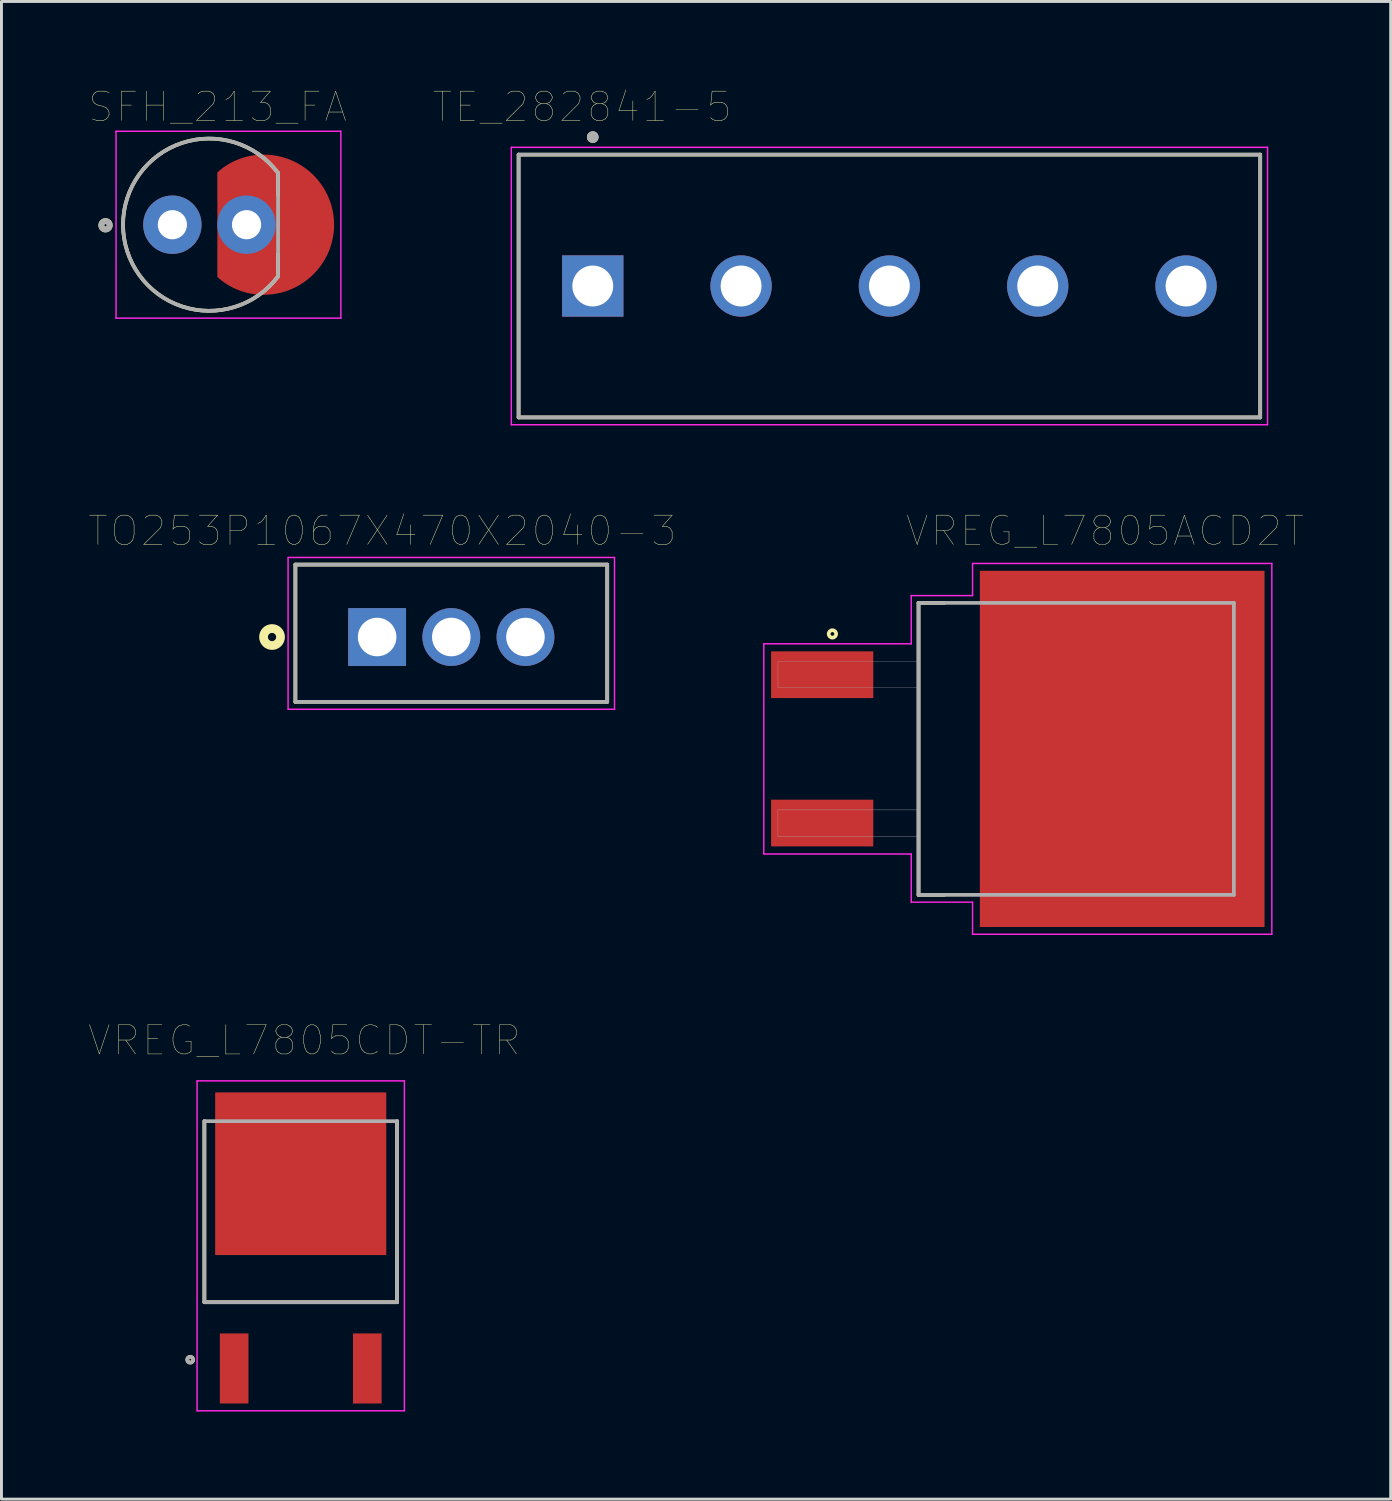
<source format=kicad_pcb>
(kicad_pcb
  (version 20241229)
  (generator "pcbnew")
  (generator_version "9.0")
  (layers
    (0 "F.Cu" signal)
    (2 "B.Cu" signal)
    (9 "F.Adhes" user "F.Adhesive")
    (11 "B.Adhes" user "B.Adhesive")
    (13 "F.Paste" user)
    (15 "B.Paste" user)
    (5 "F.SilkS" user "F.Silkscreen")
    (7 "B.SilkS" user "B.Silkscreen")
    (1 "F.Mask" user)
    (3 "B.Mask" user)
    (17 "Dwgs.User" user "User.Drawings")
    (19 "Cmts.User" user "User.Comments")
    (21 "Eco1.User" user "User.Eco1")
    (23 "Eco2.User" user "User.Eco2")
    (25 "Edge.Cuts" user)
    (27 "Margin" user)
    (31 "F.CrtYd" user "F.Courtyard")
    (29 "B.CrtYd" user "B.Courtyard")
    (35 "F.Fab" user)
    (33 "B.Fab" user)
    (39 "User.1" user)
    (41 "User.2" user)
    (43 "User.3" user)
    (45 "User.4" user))
  (footprint "VREG_L7805CDT-TR"
    (layer "F.Cu")
    (at 7.25 39.62)
    (property "Reference" "VREG_L7805CDT-TR" (at 0.125 -7.035 0) (layer "F.SilkS") (effects (font (size 1 1) (thickness 0.015))))
    (attr through_hole)
    (fp_line (start -3.3 -4.27) (end -3.3 1.93) (stroke (width 0.127) (type solid)) (layer "F.SilkS"))
    (fp_line (start -3.3 1.93) (end 3.3 1.93) (stroke (width 0.127) (type solid)) (layer "F.SilkS"))
    (fp_line (start 3.3 1.93) (end 3.3 -4.27) (stroke (width 0.127) (type solid)) (layer "F.SilkS"))
    (fp_circle (center -3.786 3.9) (end -3.686 3.9) (stroke (width 0.127) (type solid)) (fill no) (layer "F.SilkS"))
    (fp_line (start -3.55 -5.65) (end -3.55 5.65) (stroke (width 0.05) (type solid)) (layer "F.CrtYd"))
    (fp_line (start -3.55 5.65) (end 3.55 5.65) (stroke (width 0.05) (type solid)) (layer "F.CrtYd"))
    (fp_line (start 3.55 -5.65) (end -3.55 -5.65) (stroke (width 0.05) (type solid)) (layer "F.CrtYd"))
    (fp_line (start 3.55 5.65) (end 3.55 -5.65) (stroke (width 0.05) (type solid)) (layer "F.CrtYd"))
    (fp_line (start -3.3 -4.27) (end 3.3 -4.27) (stroke (width 0.127) (type solid)) (layer "F.Fab"))
    (fp_line (start -3.3 1.93) (end -3.3 -4.27) (stroke (width 0.127) (type solid)) (layer "F.Fab"))
    (fp_line (start 3.3 -4.27) (end 3.3 1.93) (stroke (width 0.127) (type solid)) (layer "F.Fab"))
    (fp_line (start 3.3 1.93) (end -3.3 1.93) (stroke (width 0.127) (type solid)) (layer "F.Fab"))
    (fp_circle (center -3.786 3.9) (end -3.686 3.9) (stroke (width 0.127) (type solid)) (fill no) (layer "F.Fab"))
    (pad "1" smd rect (at -2.28 4.2) (size 0.98 2.4) (layers "F.Cu" "F.Mask" "F.Paste"))
    (pad "2" smd rect (at 2.28 4.2) (size 0.98 2.4) (layers "F.Cu" "F.Mask" "F.Paste"))
    (pad "3" smd rect (at 0 -2.47) (size 5.86 5.57) (layers "F.Cu" "F.Mask")))
  (footprint "VREG_L7805ACD2T"
    (layer "F.Cu")
    (at 31.81 22.599)
    (property "Reference" "VREG_L7805ACD2T" (at 2.987 -7.466 0) (layer "F.SilkS") (effects (font (size 1.001 1.001) (thickness 0.015))))
    (attr through_hole)
    (fp_line (start -3.4 -5) (end -2.515 -5) (stroke (width 0.127) (type solid)) (layer "F.SilkS"))
    (fp_line (start -3.4 5) (end -3.4 -5) (stroke (width 0.127) (type solid)) (layer "F.SilkS"))
    (fp_line (start -2.515 5) (end -3.4 5) (stroke (width 0.127) (type solid)) (layer "F.SilkS"))
    (fp_circle (center -6.35 -3.937) (end -6.223 -3.937) (stroke (width 0.127) (type solid)) (fill no) (layer "F.SilkS"))
    (fp_poly (pts (xy -0.07 -1.765) (xy 1.31 -1.765) (xy 1.31 -0.296) (xy -0.07 -0.296)) (stroke (width 0.01) (type solid)) (fill yes) (layer "F.Paste"))
    (fp_poly (pts (xy -0.07 2.36) (xy 1.31 2.36) (xy 1.31 3.834) (xy -0.07 3.834)) (stroke (width 0.01) (type solid)) (fill yes) (layer "F.Paste"))
    (fp_poly (pts (xy -0.07 0.295) (xy 1.31 0.295) (xy 1.31 1.767) (xy -0.07 1.767)) (stroke (width 0.01) (type solid)) (fill yes) (layer "F.Paste"))
    (fp_poly (pts (xy -0.07 -3.83) (xy 1.31 -3.83) (xy 1.31 -2.362) (xy -0.07 -2.362)) (stroke (width 0.01) (type solid)) (fill yes) (layer "F.Paste"))
    (fp_poly (pts (xy 1.901 -3.83) (xy 3.28 -3.83) (xy 3.28 -2.362) (xy 1.901 -2.362)) (stroke (width 0.01) (type solid)) (fill yes) (layer "F.Paste"))
    (fp_poly (pts (xy 1.902 0.295) (xy 3.28 0.295) (xy 3.28 1.766) (xy 1.902 1.766)) (stroke (width 0.01) (type solid)) (fill yes) (layer "F.Paste"))
    (fp_poly (pts (xy 1.902 -1.765) (xy 3.28 -1.765) (xy 3.28 -0.295) (xy 1.902 -0.295)) (stroke (width 0.01) (type solid)) (fill yes) (layer "F.Paste"))
    (fp_poly (pts (xy 1.902 2.36) (xy 3.28 2.36) (xy 3.28 3.835) (xy 1.902 3.835)) (stroke (width 0.01) (type solid)) (fill yes) (layer "F.Paste"))
    (fp_poly (pts (xy 3.874 -3.83) (xy 5.25 -3.83) (xy 5.25 -2.362) (xy 3.874 -2.362)) (stroke (width 0.01) (type solid)) (fill yes) (layer "F.Paste"))
    (fp_poly (pts (xy 3.875 0.295) (xy 5.25 0.295) (xy 5.25 1.767) (xy 3.875 1.767)) (stroke (width 0.01) (type solid)) (fill yes) (layer "F.Paste"))
    (fp_poly (pts (xy 3.876 -1.765) (xy 5.25 -1.765) (xy 5.25 -0.295) (xy 3.876 -0.295)) (stroke (width 0.01) (type solid)) (fill yes) (layer "F.Paste"))
    (fp_poly (pts (xy 3.876 2.36) (xy 5.25 2.36) (xy 5.25 3.836) (xy 3.876 3.836)) (stroke (width 0.01) (type solid)) (fill yes) (layer "F.Paste"))
    (fp_poly (pts (xy 5.844 0.295) (xy 7.22 0.295) (xy 7.22 1.766) (xy 5.844 1.766)) (stroke (width 0.01) (type solid)) (fill yes) (layer "F.Paste"))
    (fp_poly (pts (xy 5.844 -3.83) (xy 7.22 -3.83) (xy 7.22 -2.362) (xy 5.844 -2.362)) (stroke (width 0.01) (type solid)) (fill yes) (layer "F.Paste"))
    (fp_poly (pts (xy 5.85 -1.765) (xy 7.22 -1.765) (xy 7.22 -0.295) (xy 5.85 -0.295)) (stroke (width 0.01) (type solid)) (fill yes) (layer "F.Paste"))
    (fp_poly (pts (xy 5.85 2.36) (xy 7.22 2.36) (xy 7.22 3.837) (xy 5.85 3.837)) (stroke (width 0.01) (type solid)) (fill yes) (layer "F.Paste"))
    (fp_line (start -8.7 -3.6) (end -3.65 -3.6) (stroke (width 0.05) (type solid)) (layer "F.CrtYd"))
    (fp_line (start -8.7 3.6) (end -8.7 -3.6) (stroke (width 0.05) (type solid)) (layer "F.CrtYd"))
    (fp_line (start -3.65 -5.25) (end -1.55 -5.25) (stroke (width 0.05) (type solid)) (layer "F.CrtYd"))
    (fp_line (start -3.65 -3.6) (end -3.65 -5.25) (stroke (width 0.05) (type solid)) (layer "F.CrtYd"))
    (fp_line (start -3.65 3.6) (end -8.7 3.6) (stroke (width 0.05) (type solid)) (layer "F.CrtYd"))
    (fp_line (start -3.65 5.25) (end -3.65 3.6) (stroke (width 0.05) (type solid)) (layer "F.CrtYd"))
    (fp_line (start -1.55 -6.35) (end 8.7 -6.35) (stroke (width 0.05) (type solid)) (layer "F.CrtYd"))
    (fp_line (start -1.55 -5.25) (end -1.55 -6.35) (stroke (width 0.05) (type solid)) (layer "F.CrtYd"))
    (fp_line (start -1.55 5.25) (end -3.65 5.25) (stroke (width 0.05) (type solid)) (layer "F.CrtYd"))
    (fp_line (start -1.55 6.35) (end -1.55 5.25) (stroke (width 0.05) (type solid)) (layer "F.CrtYd"))
    (fp_line (start 8.7 -6.35) (end 8.7 6.35) (stroke (width 0.05) (type solid)) (layer "F.CrtYd"))
    (fp_line (start 8.7 6.35) (end -1.55 6.35) (stroke (width 0.05) (type solid)) (layer "F.CrtYd"))
    (fp_line (start -3.4 -5) (end 7.4 -5) (stroke (width 0.127) (type solid)) (layer "F.Fab"))
    (fp_line (start -3.4 5) (end -3.4 -5) (stroke (width 0.127) (type solid)) (layer "F.Fab"))
    (fp_line (start 7.4 -5) (end 7.4 5) (stroke (width 0.127) (type solid)) (layer "F.Fab"))
    (fp_line (start 7.4 5) (end -3.4 5) (stroke (width 0.127) (type solid)) (layer "F.Fab"))
    (fp_poly (pts (xy -8.216 2.09) (xy -3.4 2.09) (xy -3.4 2.996) (xy -8.216 2.996)) (stroke (width 0.01) (type solid)) (fill no) (layer "F.Fab"))
    (fp_poly (pts (xy -8.215 -2.99) (xy -3.4 -2.99) (xy -3.4 -2.094) (xy -8.215 -2.094)) (stroke (width 0.01) (type solid)) (fill no) (layer "F.Fab"))
    (pad "1" smd rect (at -6.7 -2.54) (size 3.5 1.6) (layers "F.Cu" "F.Mask" "F.Paste"))
    (pad "3" smd rect (at -6.7 2.54) (size 3.5 1.6) (layers "F.Cu" "F.Mask" "F.Paste"))
    (pad "4" smd rect (at 3.575 0) (size 9.75 12.2) (layers "F.Cu" "F.Mask")))
  (footprint "SFH_213_FA"
    (layer "F.Cu")
    (at 4.124 4.646)
    (property "Reference" "SFH_213_FA" (at 0.275 -4.035 0) (layer "F.SilkS") (effects (font (size 1 1) (thickness 0.015))))
    (attr through_hole)
    (fp_poly (pts (xy 0.27 -0.06) (xy 0.27 -1.79) (xy 0.325 -1.839) (xy 0.37 -1.876) (xy 0.416 -1.912) (xy 0.462 -1.948) (xy 0.51 -1.982) (xy 0.558 -2.014) (xy 0.608 -2.046) (xy 0.657 -2.076) (xy 0.708 -2.105) (xy 0.76 -2.133) (xy 0.812 -2.16) (xy 0.864 -2.185) (xy 0.918 -2.209) (xy 0.972 -2.231) (xy 1.026 -2.252) (xy 1.081 -2.272) (xy 1.137 -2.29) (xy 1.193 -2.307) (xy 1.249 -2.323) (xy 1.306 -2.337) (xy 1.363 -2.35) (xy 1.42 -2.361) (xy 1.478 -2.371) (xy 1.535 -2.38) (xy 1.593 -2.387) (xy 1.652 -2.392) (xy 1.71 -2.396) (xy 1.768 -2.399) (xy 1.827 -2.4) (xy 1.87 -2.4) (xy 1.895 -2.4) (xy 2.028 -2.394) (xy 2.152 -2.383) (xy 2.275 -2.364) (xy 2.398 -2.34) (xy 2.519 -2.309) (xy 2.638 -2.272) (xy 2.755 -2.229) (xy 2.869 -2.179) (xy 2.981 -2.124) (xy 3.09 -2.063) (xy 3.195 -1.997) (xy 3.297 -1.925) (xy 3.396 -1.848) (xy 3.49 -1.766) (xy 3.579 -1.68) (xy 3.664 -1.589) (xy 3.745 -1.493) (xy 3.82 -1.394) (xy 3.89 -1.29) (xy 3.954 -1.184) (xy 4.013 -1.074) (xy 4.066 -0.961) (xy 4.114 -0.846) (xy 4.155 -0.728) (xy 4.19 -0.608) (xy 4.219 -0.487) (xy 4.241 -0.364) (xy 4.257 -0.241) (xy 4.267 -0.116) (xy 4.27 0) (xy 4.267 0.116) (xy 4.257 0.241) (xy 4.241 0.364) (xy 4.219 0.487) (xy 4.19 0.608) (xy 4.155 0.728) (xy 4.114 0.846) (xy 4.066 0.961) (xy 4.013 1.074) (xy 3.954 1.184) (xy 3.89 1.29) (xy 3.82 1.394) (xy 3.745 1.493) (xy 3.664 1.589) (xy 3.579 1.68) (xy 3.49 1.766) (xy 3.396 1.848) (xy 3.297 1.925) (xy 3.195 1.997) (xy 3.09 2.063) (xy 2.981 2.124) (xy 2.869 2.179) (xy 2.755 2.229) (xy 2.638 2.272) (xy 2.519 2.309) (xy 2.398 2.34) (xy 2.275 2.364) (xy 2.152 2.383) (xy 2.028 2.394) (xy 1.895 2.4) (xy 1.795 2.4) (xy 1.87 2.4) (xy 1.827 2.4) (xy 1.768 2.399) (xy 1.71 2.396) (xy 1.652 2.392) (xy 1.593 2.387) (xy 1.535 2.38) (xy 1.478 2.371) (xy 1.42 2.361) (xy 1.363 2.35) (xy 1.306 2.337) (xy 1.249 2.323) (xy 1.193 2.307) (xy 1.137 2.29) (xy 1.081 2.272) (xy 1.026 2.252) (xy 0.972 2.231) (xy 0.918 2.209) (xy 0.864 2.185) (xy 0.812 2.16) (xy 0.76 2.133) (xy 0.708 2.105) (xy 0.657 2.076) (xy 0.608 2.046) (xy 0.558 2.014) (xy 0.51 1.982) (xy 0.462 1.948) (xy 0.416 1.912) (xy 0.37 1.876) (xy 0.325 1.839) (xy 0.27 1.79) (xy 0.27 -0.06)) (stroke (width 0.001) (type solid)) (fill yes) (layer "F.Cu"))
    (fp_circle (center -1.27 0) (end -0.77 0) (stroke (width 1) (type solid)) (fill no) (layer "F.Mask"))
    (fp_circle (center 1.27 0) (end 1.77 0) (stroke (width 1) (type solid)) (fill no) (layer "F.Mask"))
    (fp_circle (center -1.27 0) (end -0.77 0) (stroke (width 1) (type solid)) (fill no) (layer "B.Mask"))
    (fp_circle (center 1.27 0) (end 1.77 0) (stroke (width 1) (type solid)) (fill no) (layer "B.Mask"))
    (fp_line (start 2.35 -1.77) (end 2.35 -1) (stroke (width 0.127) (type solid)) (layer "F.SilkS"))
    (fp_line (start 2.35 1) (end 2.35 1.77) (stroke (width 0.127) (type solid)) (layer "F.SilkS"))
    (fp_arc (start 2.35 1.77) (mid -2.959984 0) (end 2.35 -1.77) (stroke (width 0.127) (type solid)) (layer "F.SilkS"))
    (fp_circle (center -3.56 0.02) (end -3.417 0.02) (stroke (width 0.2) (type solid)) (fill no) (layer "F.SilkS"))
    (fp_line (start -3.2 -3.2) (end 4.5 -3.2) (stroke (width 0.05) (type solid)) (layer "F.CrtYd"))
    (fp_line (start -3.2 3.2) (end -3.2 -3.2) (stroke (width 0.05) (type solid)) (layer "F.CrtYd"))
    (fp_line (start 4.5 -3.2) (end 4.5 3.2) (stroke (width 0.05) (type solid)) (layer "F.CrtYd"))
    (fp_line (start 4.5 3.2) (end -3.2 3.2) (stroke (width 0.05) (type solid)) (layer "F.CrtYd"))
    (fp_line (start 2.35 -1.77) (end 2.35 1.77) (stroke (width 0.127) (type solid)) (layer "F.Fab"))
    (fp_arc (start 2.35 1.77) (mid -2.959984 0) (end 2.35 -1.77) (stroke (width 0.127) (type solid)) (layer "F.Fab"))
    (fp_circle (center -3.56 0.02) (end -3.417 0.02) (stroke (width 0.2) (type solid)) (fill no) (layer "F.Fab"))
    (pad "1" thru_hole circle (at -1.27 0) (size 2 2) (drill 1) (layers "*.Cu"))
    (pad "2" thru_hole circle (at 1.27 0) (size 2 2) (drill 1) (layers "*.Cu")))
  (footprint "TO253P1067X470X2040-3"
    (layer "F.Cu")
    (at 9.867 18.768)
    (property "Reference" "TO253P1067X470X2040-3" (at 0.175 -3.635 0) (layer "F.SilkS") (effects (font (size 1 1) (thickness 0.015))))
    (attr through_hole)
    (fp_line (start -2.8 -2.48) (end 7.88 -2.48) (stroke (width 0.127) (type solid)) (layer "F.SilkS"))
    (fp_line (start -2.8 2.22) (end -2.8 -2.48) (stroke (width 0.127) (type solid)) (layer "F.SilkS"))
    (fp_line (start 7.88 -2.48) (end 7.88 2.22) (stroke (width 0.127) (type solid)) (layer "F.SilkS"))
    (fp_line (start 7.88 2.22) (end -2.8 2.22) (stroke (width 0.127) (type solid)) (layer "F.SilkS"))
    (fp_circle (center -3.6 0) (end -3.459 0) (stroke (width 0.3) (type solid)) (fill no) (layer "F.SilkS"))
    (fp_line (start -3.05 -2.725) (end 8.13 -2.725) (stroke (width 0.05) (type solid)) (layer "F.CrtYd"))
    (fp_line (start -3.05 2.475) (end -3.05 -2.725) (stroke (width 0.05) (type solid)) (layer "F.CrtYd"))
    (fp_line (start 8.13 -2.725) (end 8.13 2.475) (stroke (width 0.05) (type solid)) (layer "F.CrtYd"))
    (fp_line (start 8.13 2.475) (end -3.05 2.475) (stroke (width 0.05) (type solid)) (layer "F.CrtYd"))
    (fp_line (start -2.8 -2.48) (end 7.88 -2.48) (stroke (width 0.127) (type solid)) (layer "F.Fab"))
    (fp_line (start -2.8 2.22) (end -2.8 -2.48) (stroke (width 0.127) (type solid)) (layer "F.Fab"))
    (fp_line (start 7.88 -2.48) (end 7.88 2.22) (stroke (width 0.127) (type solid)) (layer "F.Fab"))
    (fp_line (start 7.88 2.22) (end -2.8 2.22) (stroke (width 0.127) (type solid)) (layer "F.Fab"))
    (pad "1" thru_hole rect (at 0 0) (size 1.98 1.98) (drill 1.32) (layers "*.Cu" "*.Mask"))
    (pad "2" thru_hole circle (at 2.54 0) (size 1.98 1.98) (drill 1.32) (layers "*.Cu" "*.Mask"))
    (pad "3" thru_hole circle (at 5.08 0) (size 1.98 1.98) (drill 1.32) (layers "*.Cu" "*.Mask")))
  (footprint "TE_282841-5"
    (layer "F.Cu")
    (at 27.412 6.746)
    (property "Reference" "TE_282841-5" (at -10.525 -6.135 0) (layer "F.SilkS") (effects (font (size 1 1) (thickness 0.015))))
    (attr through_hole)
    (fp_line (start -12.7 -4.5) (end 12.7 -4.5) (stroke (width 0.127) (type solid)) (layer "F.SilkS"))
    (fp_line (start -12.7 4.5) (end -12.7 -4.5) (stroke (width 0.127) (type solid)) (layer "F.SilkS"))
    (fp_line (start 12.7 -4.5) (end 12.7 4.5) (stroke (width 0.127) (type solid)) (layer "F.SilkS"))
    (fp_line (start 12.7 4.5) (end -12.7 4.5) (stroke (width 0.127) (type solid)) (layer "F.SilkS"))
    (fp_circle (center -10.16 -5.1) (end -10.06 -5.1) (stroke (width 0.2) (type solid)) (fill no) (layer "F.SilkS"))
    (fp_line (start -12.95 -4.75) (end 12.95 -4.75) (stroke (width 0.05) (type solid)) (layer "F.CrtYd"))
    (fp_line (start -12.95 4.75) (end -12.95 -4.75) (stroke (width 0.05) (type solid)) (layer "F.CrtYd"))
    (fp_line (start 12.95 -4.75) (end 12.95 4.75) (stroke (width 0.05) (type solid)) (layer "F.CrtYd"))
    (fp_line (start 12.95 4.75) (end -12.95 4.75) (stroke (width 0.05) (type solid)) (layer "F.CrtYd"))
    (fp_line (start -12.7 -4.5) (end 12.7 -4.5) (stroke (width 0.127) (type solid)) (layer "F.Fab"))
    (fp_line (start -12.7 4.5) (end -12.7 -4.5) (stroke (width 0.127) (type solid)) (layer "F.Fab"))
    (fp_line (start 12.7 -4.5) (end 12.7 4.5) (stroke (width 0.127) (type solid)) (layer "F.Fab"))
    (fp_line (start 12.7 4.5) (end -12.7 4.5) (stroke (width 0.127) (type solid)) (layer "F.Fab"))
    (fp_circle (center -10.16 -5.1) (end -10.06 -5.1) (stroke (width 0.2) (type solid)) (fill no) (layer "F.Fab"))
    (pad "1" thru_hole rect (at -10.16 0) (size 2.1 2.1) (drill 1.4) (layers "*.Cu" "*.Mask"))
    (pad "2" thru_hole circle (at -5.08 0) (size 2.1 2.1) (drill 1.4) (layers "*.Cu" "*.Mask"))
    (pad "3" thru_hole circle (at 0 0) (size 2.1 2.1) (drill 1.4) (layers "*.Cu" "*.Mask"))
    (pad "4" thru_hole circle (at 5.08 0) (size 2.1 2.1) (drill 1.4) (layers "*.Cu" "*.Mask"))
    (pad "5" thru_hole circle (at 10.16 0) (size 2.1 2.1) (drill 1.4) (layers "*.Cu" "*.Mask")))
  (gr_rect
    (start -3 -3)
    (end 44.581 48.295)
    (stroke (width 0.1) (type default))
    (fill no)
    (layer "Edge.Cuts")))
</source>
